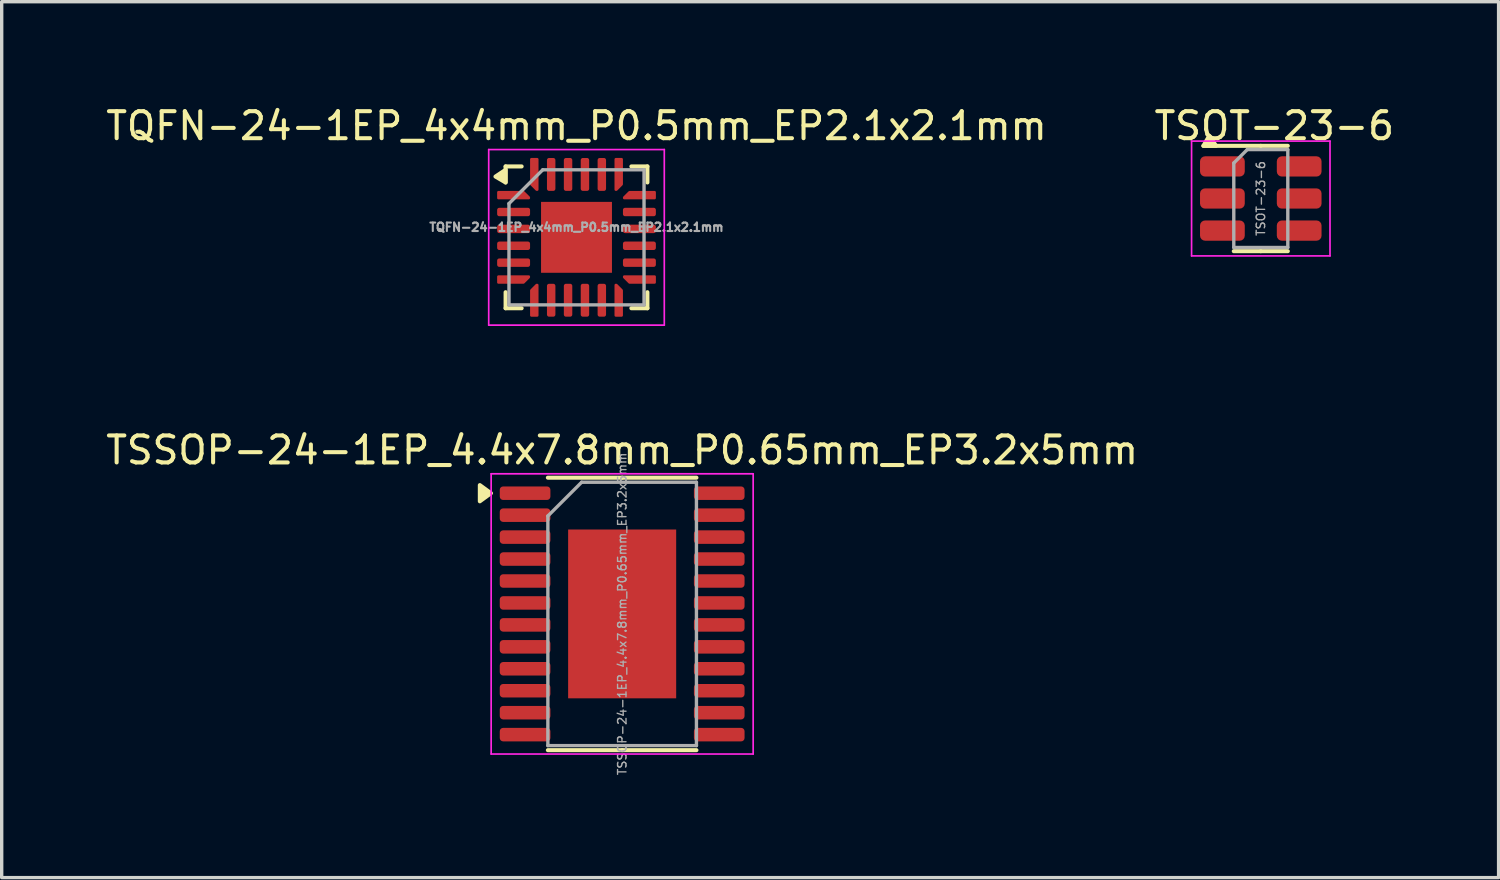
<source format=kicad_pcb>
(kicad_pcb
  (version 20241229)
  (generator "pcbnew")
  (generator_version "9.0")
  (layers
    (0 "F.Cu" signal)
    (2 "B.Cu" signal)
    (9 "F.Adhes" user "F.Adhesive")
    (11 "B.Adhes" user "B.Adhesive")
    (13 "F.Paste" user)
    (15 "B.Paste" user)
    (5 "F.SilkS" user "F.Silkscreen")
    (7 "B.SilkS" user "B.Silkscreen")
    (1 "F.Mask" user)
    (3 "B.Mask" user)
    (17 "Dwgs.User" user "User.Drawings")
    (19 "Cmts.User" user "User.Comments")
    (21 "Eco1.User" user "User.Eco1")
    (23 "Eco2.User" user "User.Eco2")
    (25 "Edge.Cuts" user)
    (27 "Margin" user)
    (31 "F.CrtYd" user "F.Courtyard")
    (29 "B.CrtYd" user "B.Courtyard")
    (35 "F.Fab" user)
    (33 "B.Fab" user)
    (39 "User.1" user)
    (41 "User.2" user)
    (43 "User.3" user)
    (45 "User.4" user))
  (footprint "TSOT-23-6"
    (layer "F.Cu")
    (at 34.29 2.829)
    (property "Reference" "TSOT-23-6" (at 0.4 -2.15 0) (layer "F.SilkS") (effects (font (size 0.8 0.8) (thickness 0.12))))
    (attr smd)
    (fp_line (start 0 -1.56) (end -1.7 -1.56) (stroke (width 0.12) (type solid)) (layer "F.SilkS"))
    (fp_line (start 0 -1.56) (end 0.8 -1.56) (stroke (width 0.12) (type solid)) (layer "F.SilkS"))
    (fp_line (start 0 1.56) (end -0.8 1.56) (stroke (width 0.12) (type solid)) (layer "F.SilkS"))
    (fp_line (start 0 1.56) (end 0.8 1.56) (stroke (width 0.12) (type solid)) (layer "F.SilkS"))
    (fp_poly (pts (xy -1.7 -1.56) (xy -1.525 -1.86) (xy -1.325 -1.56)) (stroke (width 0.12) (type solid)) (fill yes) (layer "F.SilkS"))
    (fp_line (start -2.05 -1.7) (end -2.05 1.7) (stroke (width 0.05) (type solid)) (layer "F.CrtYd"))
    (fp_line (start -2.05 1.7) (end 2.05 1.7) (stroke (width 0.05) (type solid)) (layer "F.CrtYd"))
    (fp_line (start 2.05 -1.7) (end -2.05 -1.7) (stroke (width 0.05) (type solid)) (layer "F.CrtYd"))
    (fp_line (start 2.05 1.7) (end 2.05 -1.7) (stroke (width 0.05) (type solid)) (layer "F.CrtYd"))
    (fp_line (start -0.8 -1.05) (end -0.4 -1.45) (stroke (width 0.1) (type solid)) (layer "F.Fab"))
    (fp_line (start -0.8 1.45) (end -0.8 -1.05) (stroke (width 0.1) (type solid)) (layer "F.Fab"))
    (fp_line (start -0.4 -1.45) (end 0.8 -1.45) (stroke (width 0.1) (type solid)) (layer "F.Fab"))
    (fp_line (start 0.8 -1.45) (end 0.8 1.45) (stroke (width 0.1) (type solid)) (layer "F.Fab"))
    (fp_line (start 0.8 1.45) (end -0.8 1.45) (stroke (width 0.1) (type solid)) (layer "F.Fab"))
    (fp_text user "${REFERENCE}" (at 0 0 90) (layer "F.Fab") (effects (font (size 0.25 0.25) (thickness 0.04))))
    (pad "1" smd roundrect (at -1.137 -0.95) (size 1.325 0.6) (layers "F.Cu" "F.Mask" "F.Paste") (roundrect_rratio 0.25))
    (pad "2" smd roundrect (at -1.137 0) (size 1.325 0.6) (layers "F.Cu" "F.Mask" "F.Paste") (roundrect_rratio 0.25))
    (pad "3" smd roundrect (at -1.137 0.95) (size 1.325 0.6) (layers "F.Cu" "F.Mask" "F.Paste") (roundrect_rratio 0.25))
    (pad "4" smd roundrect (at 1.137 0.95) (size 1.325 0.6) (layers "F.Cu" "F.Mask" "F.Paste") (roundrect_rratio 0.25))
    (pad "5" smd roundrect (at 1.137 0) (size 1.325 0.6) (layers "F.Cu" "F.Mask" "F.Paste") (roundrect_rratio 0.25))
    (pad "6" smd roundrect (at 1.137 -0.95) (size 1.325 0.6) (layers "F.Cu" "F.Mask" "F.Paste") (roundrect_rratio 0.25)))
  (footprint "TQFN-24-1EP_4x4mm_P0.5mm_EP2.1x2.1mm"
    (layer "F.Cu")
    (at 14.024 3.979)
    (property "Reference" "TQFN-24-1EP_4x4mm_P0.5mm_EP2.1x2.1mm" (at 0 -3.3 0) (layer "F.SilkS") (effects (font (size 0.8 0.8) (thickness 0.12))))
    (attr smd)
    (fp_line (start -2.1 -2.1) (end -1.625 -2.1) (stroke (width 0.12) (type solid)) (layer "F.SilkS"))
    (fp_line (start -2.1 -1.625) (end -2.1 -2.1) (stroke (width 0.12) (type solid)) (layer "F.SilkS"))
    (fp_line (start -2.1 2.1) (end -2.1 1.625) (stroke (width 0.12) (type solid)) (layer "F.SilkS"))
    (fp_line (start -1.625 2.1) (end -2.1 2.1) (stroke (width 0.12) (type solid)) (layer "F.SilkS"))
    (fp_line (start 1.625 -2.1) (end 2.1 -2.1) (stroke (width 0.12) (type solid)) (layer "F.SilkS"))
    (fp_line (start 1.625 2.1) (end 2.1 2.1) (stroke (width 0.12) (type solid)) (layer "F.SilkS"))
    (fp_line (start 2.1 -2.1) (end 2.1 -1.625) (stroke (width 0.12) (type solid)) (layer "F.SilkS"))
    (fp_line (start 2.1 2.1) (end 2.1 1.625) (stroke (width 0.12) (type solid)) (layer "F.SilkS"))
    (fp_poly (pts (xy -2.1 -1.625) (xy -2.4 -1.8) (xy -2.1 -2)) (stroke (width 0.12) (type solid)) (fill yes) (layer "F.SilkS"))
    (fp_line (start -2.6 -2.6) (end -2.6 2.6) (stroke (width 0.05) (type solid)) (layer "F.CrtYd"))
    (fp_line (start -2.6 2.6) (end 2.6 2.6) (stroke (width 0.05) (type solid)) (layer "F.CrtYd"))
    (fp_line (start 2.6 -2.6) (end -2.6 -2.6) (stroke (width 0.05) (type solid)) (layer "F.CrtYd"))
    (fp_line (start 2.6 2.6) (end 2.6 -2.6) (stroke (width 0.05) (type solid)) (layer "F.CrtYd"))
    (fp_line (start -2 -1) (end -1 -2) (stroke (width 0.1) (type solid)) (layer "F.Fab"))
    (fp_line (start -2 2) (end -2 -1) (stroke (width 0.1) (type solid)) (layer "F.Fab"))
    (fp_line (start -1 -2) (end 2 -2) (stroke (width 0.1) (type solid)) (layer "F.Fab"))
    (fp_line (start 2 -2) (end 2 2) (stroke (width 0.1) (type solid)) (layer "F.Fab"))
    (fp_line (start 2 2) (end -2 2) (stroke (width 0.1) (type solid)) (layer "F.Fab"))
    (fp_text user "${REFERENCE}" (at 0 -0.3 0) (layer "F.Fab") (effects (font (size 0.25 0.25) (thickness 0.062))))
    (pad "" smd roundrect (at -0.525 -0.525) (size 0.85 0.85) (layers "F.Paste") (roundrect_rratio 0.25))
    (pad "" smd roundrect (at -0.525 0.525) (size 0.85 0.85) (layers "F.Paste") (roundrect_rratio 0.25))
    (pad "" smd roundrect (at 0.525 -0.525) (size 0.85 0.85) (layers "F.Paste") (roundrect_rratio 0.25))
    (pad "" smd roundrect (at 0.525 0.525) (size 0.85 0.85) (layers "F.Paste") (roundrect_rratio 0.25))
    (pad "1" smd custom (at -1.863 -1.25) (size 0.123 0.123) (layers "F.Cu" "F.Mask" "F.Paste") (options (anchor circle)) (primitives (gr_poly (pts (xy -0.453 -0.09) (xy 0.293 -0.09) (xy 0.453 0.069) (xy 0.453 0.09) (xy -0.453 0.09)) (width 0.07) (fill yes))))
    (pad "2" smd roundrect (at -1.863 -0.75) (size 0.975 0.25) (layers "F.Cu" "F.Mask" "F.Paste") (roundrect_rratio 0.25))
    (pad "3" smd roundrect (at -1.863 -0.25) (size 0.975 0.25) (layers "F.Cu" "F.Mask" "F.Paste") (roundrect_rratio 0.25))
    (pad "4" smd roundrect (at -1.863 0.25) (size 0.975 0.25) (layers "F.Cu" "F.Mask" "F.Paste") (roundrect_rratio 0.25))
    (pad "5" smd roundrect (at -1.863 0.75) (size 0.975 0.25) (layers "F.Cu" "F.Mask" "F.Paste") (roundrect_rratio 0.25))
    (pad "6" smd custom (at -1.863 1.25) (size 0.123 0.123) (layers "F.Cu" "F.Mask" "F.Paste") (options (anchor circle)) (primitives (gr_poly (pts (xy -0.453 -0.09) (xy 0.453 -0.09) (xy 0.453 -0.069) (xy 0.293 0.09) (xy -0.453 0.09)) (width 0.07) (fill yes))))
    (pad "7" smd custom (at -1.25 1.863) (size 0.123 0.123) (layers "F.Cu" "F.Mask" "F.Paste") (options (anchor circle)) (primitives (gr_poly (pts (xy -0.09 -0.293) (xy 0.069 -0.453) (xy 0.09 -0.453) (xy 0.09 0.453) (xy -0.09 0.453)) (width 0.07) (fill yes))))
    (pad "8" smd roundrect (at -0.75 1.863) (size 0.25 0.975) (layers "F.Cu" "F.Mask" "F.Paste") (roundrect_rratio 0.25))
    (pad "9" smd roundrect (at -0.25 1.863) (size 0.25 0.975) (layers "F.Cu" "F.Mask" "F.Paste") (roundrect_rratio 0.25))
    (pad "10" smd roundrect (at 0.25 1.863) (size 0.25 0.975) (layers "F.Cu" "F.Mask" "F.Paste") (roundrect_rratio 0.25))
    (pad "11" smd roundrect (at 0.75 1.863) (size 0.25 0.975) (layers "F.Cu" "F.Mask" "F.Paste") (roundrect_rratio 0.25))
    (pad "12" smd custom (at 1.25 1.863) (size 0.123 0.123) (layers "F.Cu" "F.Mask" "F.Paste") (options (anchor circle)) (primitives (gr_poly (pts (xy -0.09 -0.453) (xy -0.069 -0.453) (xy 0.09 -0.293) (xy 0.09 0.453) (xy -0.09 0.453)) (width 0.07) (fill yes))))
    (pad "13" smd custom (at 1.863 1.25) (size 0.123 0.123) (layers "F.Cu" "F.Mask" "F.Paste") (options (anchor circle)) (primitives (gr_poly (pts (xy -0.453 -0.09) (xy 0.453 -0.09) (xy 0.453 0.09) (xy -0.293 0.09) (xy -0.453 -0.069)) (width 0.07) (fill yes))))
    (pad "14" smd roundrect (at 1.863 0.75) (size 0.975 0.25) (layers "F.Cu" "F.Mask" "F.Paste") (roundrect_rratio 0.25))
    (pad "15" smd roundrect (at 1.863 0.25) (size 0.975 0.25) (layers "F.Cu" "F.Mask" "F.Paste") (roundrect_rratio 0.25))
    (pad "16" smd roundrect (at 1.863 -0.25) (size 0.975 0.25) (layers "F.Cu" "F.Mask" "F.Paste") (roundrect_rratio 0.25))
    (pad "17" smd roundrect (at 1.863 -0.75) (size 0.975 0.25) (layers "F.Cu" "F.Mask" "F.Paste") (roundrect_rratio 0.25))
    (pad "18" smd custom (at 1.863 -1.25) (size 0.123 0.123) (layers "F.Cu" "F.Mask" "F.Paste") (options (anchor circle)) (primitives (gr_poly (pts (xy -0.453 0.069) (xy -0.293 -0.09) (xy 0.453 -0.09) (xy 0.453 0.09) (xy -0.453 0.09)) (width 0.07) (fill yes))))
    (pad "19" smd custom (at 1.25 -1.863) (size 0.123 0.123) (layers "F.Cu" "F.Mask" "F.Paste") (options (anchor circle)) (primitives (gr_poly (pts (xy -0.09 -0.453) (xy 0.09 -0.453) (xy 0.09 0.293) (xy -0.069 0.453) (xy -0.09 0.453)) (width 0.07) (fill yes))))
    (pad "20" smd roundrect (at 0.75 -1.863) (size 0.25 0.975) (layers "F.Cu" "F.Mask" "F.Paste") (roundrect_rratio 0.25))
    (pad "21" smd roundrect (at 0.25 -1.863) (size 0.25 0.975) (layers "F.Cu" "F.Mask" "F.Paste") (roundrect_rratio 0.25))
    (pad "22" smd roundrect (at -0.25 -1.863) (size 0.25 0.975) (layers "F.Cu" "F.Mask" "F.Paste") (roundrect_rratio 0.25))
    (pad "23" smd roundrect (at -0.75 -1.863) (size 0.25 0.975) (layers "F.Cu" "F.Mask" "F.Paste") (roundrect_rratio 0.25))
    (pad "24" smd custom (at -1.25 -1.863) (size 0.123 0.123) (layers "F.Cu" "F.Mask" "F.Paste") (options (anchor circle)) (primitives (gr_poly (pts (xy -0.09 -0.453) (xy 0.09 -0.453) (xy 0.09 0.453) (xy 0.069 0.453) (xy -0.09 0.293)) (width 0.07) (fill yes))))
    (pad "25" smd rect (at 0 0) (size 2.1 2.1) (layers "F.Cu" "F.Mask")))
  (footprint "TSSOP-24-1EP_4.4x7.8mm_P0.65mm_EP3.2x5mm"
    (layer "F.Cu")
    (at 15.376 15.132)
    (property "Reference" "TSSOP-24-1EP_4.4x7.8mm_P0.65mm_EP3.2x5mm" (at 0 -4.85 0) (layer "F.SilkS") (effects (font (size 0.8 0.8) (thickness 0.12))))
    (attr smd)
    (fp_line (start 0 -4.035) (end -2.2 -4.035) (stroke (width 0.12) (type solid)) (layer "F.SilkS"))
    (fp_line (start 0 -4.035) (end 2.2 -4.035) (stroke (width 0.12) (type solid)) (layer "F.SilkS"))
    (fp_line (start 0 4.035) (end -2.2 4.035) (stroke (width 0.12) (type solid)) (layer "F.SilkS"))
    (fp_line (start 0 4.035) (end 2.2 4.035) (stroke (width 0.12) (type solid)) (layer "F.SilkS"))
    (fp_poly (pts (xy -3.885 -3.575) (xy -4.215 -3.815) (xy -4.215 -3.335) (xy -3.885 -3.575)) (stroke (width 0.12) (type solid)) (fill yes) (layer "F.SilkS"))
    (fp_line (start -3.88 -4.15) (end -3.88 4.15) (stroke (width 0.05) (type solid)) (layer "F.CrtYd"))
    (fp_line (start -3.88 4.15) (end 3.88 4.15) (stroke (width 0.05) (type solid)) (layer "F.CrtYd"))
    (fp_line (start 3.88 -4.15) (end -3.88 -4.15) (stroke (width 0.05) (type solid)) (layer "F.CrtYd"))
    (fp_line (start 3.88 4.15) (end 3.88 -4.15) (stroke (width 0.05) (type solid)) (layer "F.CrtYd"))
    (fp_line (start -2.2 -2.9) (end -1.2 -3.9) (stroke (width 0.1) (type solid)) (layer "F.Fab"))
    (fp_line (start -2.2 3.9) (end -2.2 -2.9) (stroke (width 0.1) (type solid)) (layer "F.Fab"))
    (fp_line (start -1.2 -3.9) (end 2.2 -3.9) (stroke (width 0.1) (type solid)) (layer "F.Fab"))
    (fp_line (start 2.2 -3.9) (end 2.2 3.9) (stroke (width 0.1) (type solid)) (layer "F.Fab"))
    (fp_line (start 2.2 3.9) (end -2.2 3.9) (stroke (width 0.1) (type solid)) (layer "F.Fab"))
    (fp_text user "${REFERENCE}" (at 0 0 90) (layer "F.Fab") (effects (font (size 0.25 0.25) (thickness 0.04))))
    (pad "" smd roundrect (at -0.8 -1.67) (size 1.29 1.34) (layers "F.Paste") (roundrect_rratio 0.194))
    (pad "" smd roundrect (at -0.8 0) (size 1.29 1.34) (layers "F.Paste") (roundrect_rratio 0.194))
    (pad "" smd roundrect (at -0.8 1.67) (size 1.29 1.34) (layers "F.Paste") (roundrect_rratio 0.194))
    (pad "" smd roundrect (at 0.8 -1.67) (size 1.29 1.34) (layers "F.Paste") (roundrect_rratio 0.194))
    (pad "" smd roundrect (at 0.8 0) (size 1.29 1.34) (layers "F.Paste") (roundrect_rratio 0.194))
    (pad "" smd roundrect (at 0.8 1.67) (size 1.29 1.34) (layers "F.Paste") (roundrect_rratio 0.194))
    (pad "1" smd roundrect (at -2.875 -3.575) (size 1.5 0.4) (layers "F.Cu" "F.Mask" "F.Paste") (roundrect_rratio 0.25))
    (pad "2" smd roundrect (at -2.875 -2.925) (size 1.5 0.4) (layers "F.Cu" "F.Mask" "F.Paste") (roundrect_rratio 0.25))
    (pad "3" smd roundrect (at -2.875 -2.275) (size 1.5 0.4) (layers "F.Cu" "F.Mask" "F.Paste") (roundrect_rratio 0.25))
    (pad "4" smd roundrect (at -2.875 -1.625) (size 1.5 0.4) (layers "F.Cu" "F.Mask" "F.Paste") (roundrect_rratio 0.25))
    (pad "5" smd roundrect (at -2.875 -0.975) (size 1.5 0.4) (layers "F.Cu" "F.Mask" "F.Paste") (roundrect_rratio 0.25))
    (pad "6" smd roundrect (at -2.875 -0.325) (size 1.5 0.4) (layers "F.Cu" "F.Mask" "F.Paste") (roundrect_rratio 0.25))
    (pad "7" smd roundrect (at -2.875 0.325) (size 1.5 0.4) (layers "F.Cu" "F.Mask" "F.Paste") (roundrect_rratio 0.25))
    (pad "8" smd roundrect (at -2.875 0.975) (size 1.5 0.4) (layers "F.Cu" "F.Mask" "F.Paste") (roundrect_rratio 0.25))
    (pad "9" smd roundrect (at -2.875 1.625) (size 1.5 0.4) (layers "F.Cu" "F.Mask" "F.Paste") (roundrect_rratio 0.25))
    (pad "10" smd roundrect (at -2.875 2.275) (size 1.5 0.4) (layers "F.Cu" "F.Mask" "F.Paste") (roundrect_rratio 0.25))
    (pad "11" smd roundrect (at -2.875 2.925) (size 1.5 0.4) (layers "F.Cu" "F.Mask" "F.Paste") (roundrect_rratio 0.25))
    (pad "12" smd roundrect (at -2.875 3.575) (size 1.5 0.4) (layers "F.Cu" "F.Mask" "F.Paste") (roundrect_rratio 0.25))
    (pad "13" smd roundrect (at 2.875 3.575) (size 1.5 0.4) (layers "F.Cu" "F.Mask" "F.Paste") (roundrect_rratio 0.25))
    (pad "14" smd roundrect (at 2.875 2.925) (size 1.5 0.4) (layers "F.Cu" "F.Mask" "F.Paste") (roundrect_rratio 0.25))
    (pad "15" smd roundrect (at 2.875 2.275) (size 1.5 0.4) (layers "F.Cu" "F.Mask" "F.Paste") (roundrect_rratio 0.25))
    (pad "16" smd roundrect (at 2.875 1.625) (size 1.5 0.4) (layers "F.Cu" "F.Mask" "F.Paste") (roundrect_rratio 0.25))
    (pad "17" smd roundrect (at 2.875 0.975) (size 1.5 0.4) (layers "F.Cu" "F.Mask" "F.Paste") (roundrect_rratio 0.25))
    (pad "18" smd roundrect (at 2.875 0.325) (size 1.5 0.4) (layers "F.Cu" "F.Mask" "F.Paste") (roundrect_rratio 0.25))
    (pad "19" smd roundrect (at 2.875 -0.325) (size 1.5 0.4) (layers "F.Cu" "F.Mask" "F.Paste") (roundrect_rratio 0.25))
    (pad "20" smd roundrect (at 2.875 -0.975) (size 1.5 0.4) (layers "F.Cu" "F.Mask" "F.Paste") (roundrect_rratio 0.25))
    (pad "21" smd roundrect (at 2.875 -1.625) (size 1.5 0.4) (layers "F.Cu" "F.Mask" "F.Paste") (roundrect_rratio 0.25))
    (pad "22" smd roundrect (at 2.875 -2.275) (size 1.5 0.4) (layers "F.Cu" "F.Mask" "F.Paste") (roundrect_rratio 0.25))
    (pad "23" smd roundrect (at 2.875 -2.925) (size 1.5 0.4) (layers "F.Cu" "F.Mask" "F.Paste") (roundrect_rratio 0.25))
    (pad "24" smd roundrect (at 2.875 -3.575) (size 1.5 0.4) (layers "F.Cu" "F.Mask" "F.Paste") (roundrect_rratio 0.25))
    (pad "25" smd rect (at 0 0) (size 3.2 5) (property pad_prop_heatsink) (layers "F.Cu" "F.Mask")))
  (gr_rect
    (start -3 -3)
    (end 41.333 22.941)
    (stroke (width 0.1) (type default))
    (fill no)
    (layer "Edge.Cuts")))
</source>
